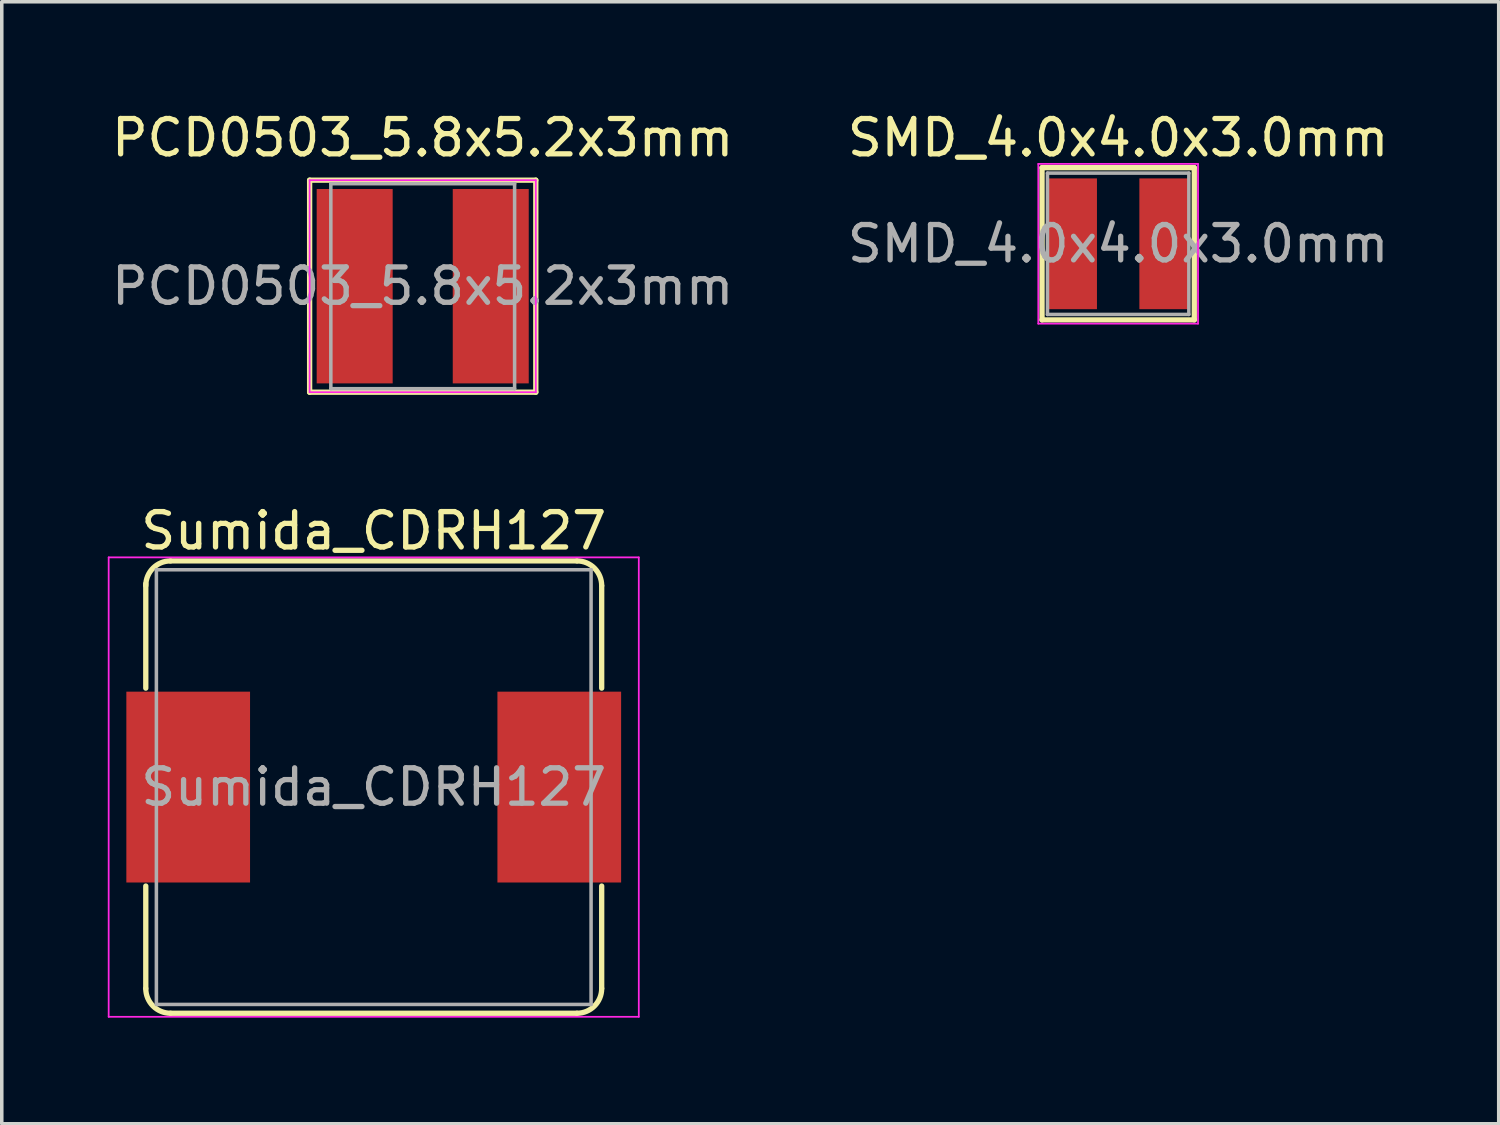
<source format=kicad_pcb>
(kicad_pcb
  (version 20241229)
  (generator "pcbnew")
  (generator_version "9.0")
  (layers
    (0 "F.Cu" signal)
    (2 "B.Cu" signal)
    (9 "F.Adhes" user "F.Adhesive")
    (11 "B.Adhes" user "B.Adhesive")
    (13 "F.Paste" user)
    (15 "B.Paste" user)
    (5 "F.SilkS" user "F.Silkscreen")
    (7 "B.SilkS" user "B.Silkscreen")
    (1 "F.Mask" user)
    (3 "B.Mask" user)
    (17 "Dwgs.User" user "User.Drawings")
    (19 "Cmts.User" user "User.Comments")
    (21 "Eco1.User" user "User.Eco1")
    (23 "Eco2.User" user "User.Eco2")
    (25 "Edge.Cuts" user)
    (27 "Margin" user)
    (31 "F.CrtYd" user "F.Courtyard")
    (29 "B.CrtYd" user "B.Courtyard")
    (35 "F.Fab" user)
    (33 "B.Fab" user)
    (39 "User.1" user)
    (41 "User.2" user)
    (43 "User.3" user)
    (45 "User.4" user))
  (footprint "SMD_4.0x4.0x3.0mm"
    (layer "F.Cu")
    (at 28.589 3.848)
    (property "Reference" "SMD_4.0x4.0x3.0mm" (at 0 -3 0) (layer "F.SilkS") (effects (font (size 1 1) (thickness 0.15))))
    (attr smd)
    (fp_line (start -2.154 -2.154) (end -2.154 2.154) (stroke (width 0.15) (type solid)) (layer "F.SilkS"))
    (fp_line (start -2.154 -2.154) (end 2.154 -2.154) (stroke (width 0.15) (type solid)) (layer "F.SilkS"))
    (fp_line (start 2.154 -2.154) (end 2.154 2.154) (stroke (width 0.15) (type solid)) (layer "F.SilkS"))
    (fp_line (start 2.154 2.154) (end -2.154 2.154) (stroke (width 0.15) (type solid)) (layer "F.SilkS"))
    (fp_line (start -2.26 -2.26) (end 2.26 -2.26) (stroke (width 0.05) (type solid)) (layer "F.CrtYd"))
    (fp_line (start -2.26 2.26) (end -2.26 -2.26) (stroke (width 0.05) (type solid)) (layer "F.CrtYd"))
    (fp_line (start 2.26 -2.26) (end 2.26 2.26) (stroke (width 0.05) (type solid)) (layer "F.CrtYd"))
    (fp_line (start 2.26 2.26) (end -2.26 2.26) (stroke (width 0.05) (type solid)) (layer "F.CrtYd"))
    (fp_line (start -2 -2) (end 2 -2) (stroke (width 0.1) (type solid)) (layer "F.Fab"))
    (fp_line (start -2 2) (end -2 -2) (stroke (width 0.1) (type solid)) (layer "F.Fab"))
    (fp_line (start 2 -2) (end 2 2) (stroke (width 0.1) (type solid)) (layer "F.Fab"))
    (fp_line (start 2 2) (end -2 2) (stroke (width 0.1) (type solid)) (layer "F.Fab"))
    (fp_text user "${REFERENCE}" (at 0 0 0) (layer "F.Fab") (effects (font (size 1 1) (thickness 0.15))))
    (pad "1" smd rect (at -1.3 0) (size 1.4 3.7) (layers "F.Cu" "F.Mask" "F.Paste"))
    (pad "2" smd rect (at 1.3 0) (size 1.4 3.7) (layers "F.Cu" "F.Mask" "F.Paste")))
  (footprint "PCD0503_5.8x5.2x3mm"
    (layer "F.Cu")
    (at 8.911 5.048)
    (property "Reference" "PCD0503_5.8x5.2x3mm" (at 0 -4.2 0) (layer "F.SilkS") (effects (font (size 1 1) (thickness 0.15))))
    (attr smd)
    (fp_line (start -3.2 -3) (end -3.2 3) (stroke (width 0.15) (type solid)) (layer "F.SilkS"))
    (fp_line (start -3.2 -3) (end 3.2 -3) (stroke (width 0.15) (type solid)) (layer "F.SilkS"))
    (fp_line (start 3.2 -3) (end 3.2 3) (stroke (width 0.15) (type solid)) (layer "F.SilkS"))
    (fp_line (start 3.2 3) (end -3.2 3) (stroke (width 0.15) (type solid)) (layer "F.SilkS"))
    (fp_line (start -3.2 -3) (end 3.2 -3) (stroke (width 0.05) (type solid)) (layer "F.CrtYd"))
    (fp_line (start -3.2 3) (end -3.2 -3) (stroke (width 0.05) (type solid)) (layer "F.CrtYd"))
    (fp_line (start 3.2 -3) (end 3.2 3) (stroke (width 0.05) (type solid)) (layer "F.CrtYd"))
    (fp_line (start 3.2 3) (end -3.2 3) (stroke (width 0.05) (type solid)) (layer "F.CrtYd"))
    (fp_line (start -2.6 -2.9) (end 2.6 -2.9) (stroke (width 0.1) (type solid)) (layer "F.Fab"))
    (fp_line (start -2.6 2.9) (end -2.6 -2.9) (stroke (width 0.1) (type solid)) (layer "F.Fab"))
    (fp_line (start 2.6 -2.9) (end 2.6 2.9) (stroke (width 0.1) (type solid)) (layer "F.Fab"))
    (fp_line (start 2.6 2.9) (end -2.6 2.9) (stroke (width 0.1) (type solid)) (layer "F.Fab"))
    (fp_text user "${REFERENCE}" (at 0 0 0) (layer "F.Fab") (effects (font (size 1 1) (thickness 0.15))))
    (pad "1" smd rect (at -1.925 0) (size 2.15 5.5) (layers "F.Cu" "F.Mask" "F.Paste"))
    (pad "2" smd rect (at 1.925 0) (size 2.15 5.5) (layers "F.Cu" "F.Mask" "F.Paste")))
  (footprint "Sumida_CDRH127"
    (layer "F.Cu")
    (at 7.525 19.221)
    (property "Reference" "Sumida_CDRH127" (at 0 -7.25 0) (layer "F.SilkS") (effects (font (size 1 1) (thickness 0.15))))
    (attr smd)
    (fp_line (start -6.45 -5.75) (end -6.45 -2.8) (stroke (width 0.15) (type solid)) (layer "F.SilkS"))
    (fp_line (start -6.45 2.8) (end -6.45 5.7) (stroke (width 0.15) (type solid)) (layer "F.SilkS"))
    (fp_line (start -5.75 -6.4) (end 5.75 -6.4) (stroke (width 0.15) (type solid)) (layer "F.SilkS"))
    (fp_line (start 5.75 6.4) (end -5.75 6.4) (stroke (width 0.15) (type solid)) (layer "F.SilkS"))
    (fp_line (start 6.45 -5.7) (end 6.45 -2.8) (stroke (width 0.15) (type solid)) (layer "F.SilkS"))
    (fp_line (start 6.45 2.8) (end 6.45 5.7) (stroke (width 0.15) (type solid)) (layer "F.SilkS"))
    (fp_arc (start -6.45 -5.7) (mid -6.244975 -6.194975) (end -5.75 -6.4) (stroke (width 0.15) (type solid)) (layer "F.SilkS"))
    (fp_arc (start -5.75 6.4) (mid -6.244975 6.194975) (end -6.45 5.7) (stroke (width 0.15) (type solid)) (layer "F.SilkS"))
    (fp_arc (start 5.75 -6.4) (mid 6.244975 -6.194975) (end 6.45 -5.7) (stroke (width 0.15) (type solid)) (layer "F.SilkS"))
    (fp_arc (start 6.45 5.7) (mid 6.244975 6.194975) (end 5.75 6.4) (stroke (width 0.15) (type solid)) (layer "F.SilkS"))
    (fp_line (start -7.5 -6.5) (end -7.5 6.5) (stroke (width 0.05) (type solid)) (layer "F.CrtYd"))
    (fp_line (start -7.5 6.5) (end 7.5 6.5) (stroke (width 0.05) (type solid)) (layer "F.CrtYd"))
    (fp_line (start 7.5 -6.5) (end -7.5 -6.5) (stroke (width 0.05) (type solid)) (layer "F.CrtYd"))
    (fp_line (start 7.5 6.5) (end 7.5 -6.5) (stroke (width 0.05) (type solid)) (layer "F.CrtYd"))
    (fp_line (start -6.15 -6.15) (end -6.15 6.15) (stroke (width 0.1) (type solid)) (layer "F.Fab"))
    (fp_line (start -6.15 -6.15) (end 6.15 -6.15) (stroke (width 0.1) (type solid)) (layer "F.Fab"))
    (fp_line (start 6.15 -6.15) (end 6.15 6.15) (stroke (width 0.1) (type solid)) (layer "F.Fab"))
    (fp_line (start 6.15 6.15) (end -6.15 6.15) (stroke (width 0.1) (type solid)) (layer "F.Fab"))
    (fp_text user "${REFERENCE}" (at 0 0 0) (layer "F.Fab") (effects (font (size 1 1) (thickness 0.15))))
    (pad "1" smd rect (at -5.25 0) (size 3.5 5.4) (layers "F.Cu" "F.Mask" "F.Paste"))
    (pad "2" smd rect (at 5.25 0) (size 3.5 5.4) (layers "F.Cu" "F.Mask" "F.Paste")))
  (gr_rect
    (start -3 -3)
    (end 39.357 28.747)
    (stroke (width 0.1) (type default))
    (fill no)
    (layer "Edge.Cuts")))
</source>
